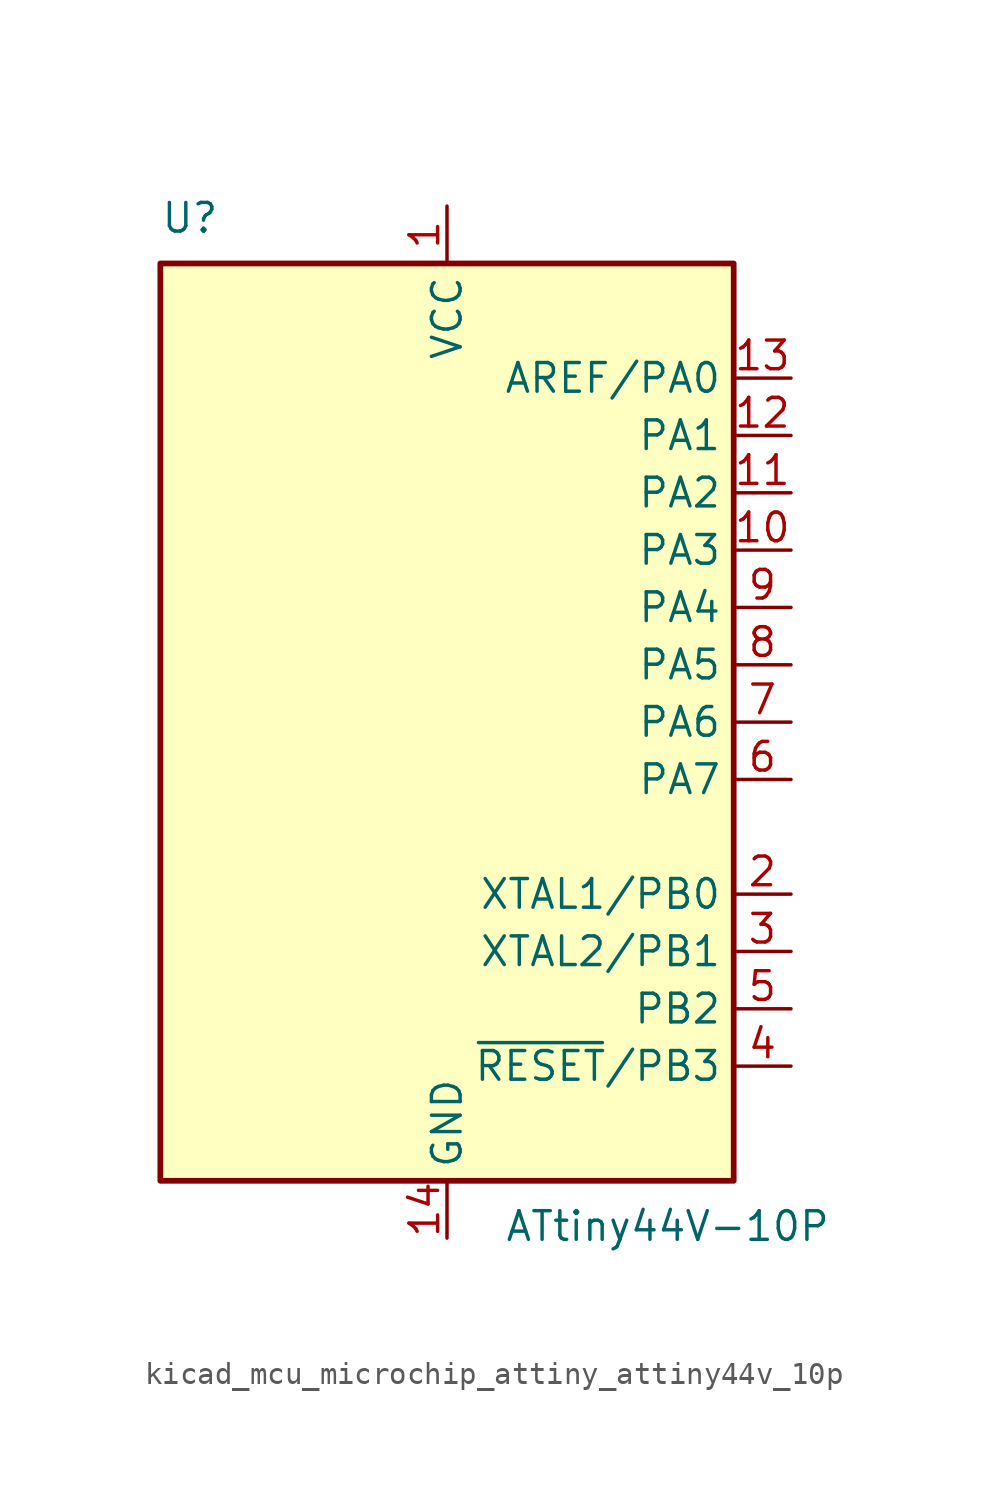
<source format=kicad_sym>
(kicad_symbol_lib
  (version 20220914)
  (generator kicad_symbol_editor)
  (symbol "kicad_mcu_microchip_attiny_attiny44v_10p"
    (property "Reference" "U"
      (at -12.7 21.59 0)
      (effects (font (size 1.27 1.27)) (justify left bottom)))
    (property "Value" "ATtiny44V-10P"
      (at 2.54 -21.59 0)
      (effects (font (size 1.27 1.27)) (justify left top)))
    (symbol "kicad_mcu_microchip_attiny_attiny44v_10p_0_1"
      (rectangle (start -12.7 -20.32) (end 12.7 20.32) (stroke (width 0.254) (type default)) (fill (type background))))
    (symbol "kicad_mcu_microchip_attiny_attiny44v_10p_1_1"
      (pin power_in line (at 0 22.86 270) (length 2.54) (name "VCC" (effects (font (size 1.27 1.27)))) (number "1" (effects (font (size 1.27 1.27)))))
      (pin bidirectional line (at 15.24 7.62 180) (length 2.54) (name "PA3" (effects (font (size 1.27 1.27)))) (number "10" (effects (font (size 1.27 1.27)))))
      (pin bidirectional line (at 15.24 10.16 180) (length 2.54) (name "PA2" (effects (font (size 1.27 1.27)))) (number "11" (effects (font (size 1.27 1.27)))))
      (pin bidirectional line (at 15.24 12.7 180) (length 2.54) (name "PA1" (effects (font (size 1.27 1.27)))) (number "12" (effects (font (size 1.27 1.27)))))
      (pin bidirectional line (at 15.24 15.24 180) (length 2.54) (name "AREF/PA0" (effects (font (size 1.27 1.27)))) (number "13" (effects (font (size 1.27 1.27)))))
      (pin power_in line (at 0 -22.86 90) (length 2.54) (name "GND" (effects (font (size 1.27 1.27)))) (number "14" (effects (font (size 1.27 1.27)))))
      (pin bidirectional line (at 15.24 -7.62 180) (length 2.54) (name "XTAL1/PB0" (effects (font (size 1.27 1.27)))) (number "2" (effects (font (size 1.27 1.27)))))
      (pin bidirectional line (at 15.24 -10.16 180) (length 2.54) (name "XTAL2/PB1" (effects (font (size 1.27 1.27)))) (number "3" (effects (font (size 1.27 1.27)))))
      (pin bidirectional line (at 15.24 -15.24 180) (length 2.54) (name "~{RESET}/PB3" (effects (font (size 1.27 1.27)))) (number "4" (effects (font (size 1.27 1.27)))))
      (pin bidirectional line (at 15.24 -12.7 180) (length 2.54) (name "PB2" (effects (font (size 1.27 1.27)))) (number "5" (effects (font (size 1.27 1.27)))))
      (pin bidirectional line (at 15.24 -2.54 180) (length 2.54) (name "PA7" (effects (font (size 1.27 1.27)))) (number "6" (effects (font (size 1.27 1.27)))))
      (pin bidirectional line (at 15.24 0 180) (length 2.54) (name "PA6" (effects (font (size 1.27 1.27)))) (number "7" (effects (font (size 1.27 1.27)))))
      (pin bidirectional line (at 15.24 2.54 180) (length 2.54) (name "PA5" (effects (font (size 1.27 1.27)))) (number "8" (effects (font (size 1.27 1.27)))))
      (pin bidirectional line (at 15.24 5.08 180) (length 2.54) (name "PA4" (effects (font (size 1.27 1.27)))) (number "9" (effects (font (size 1.27 1.27))))))))
</source>
